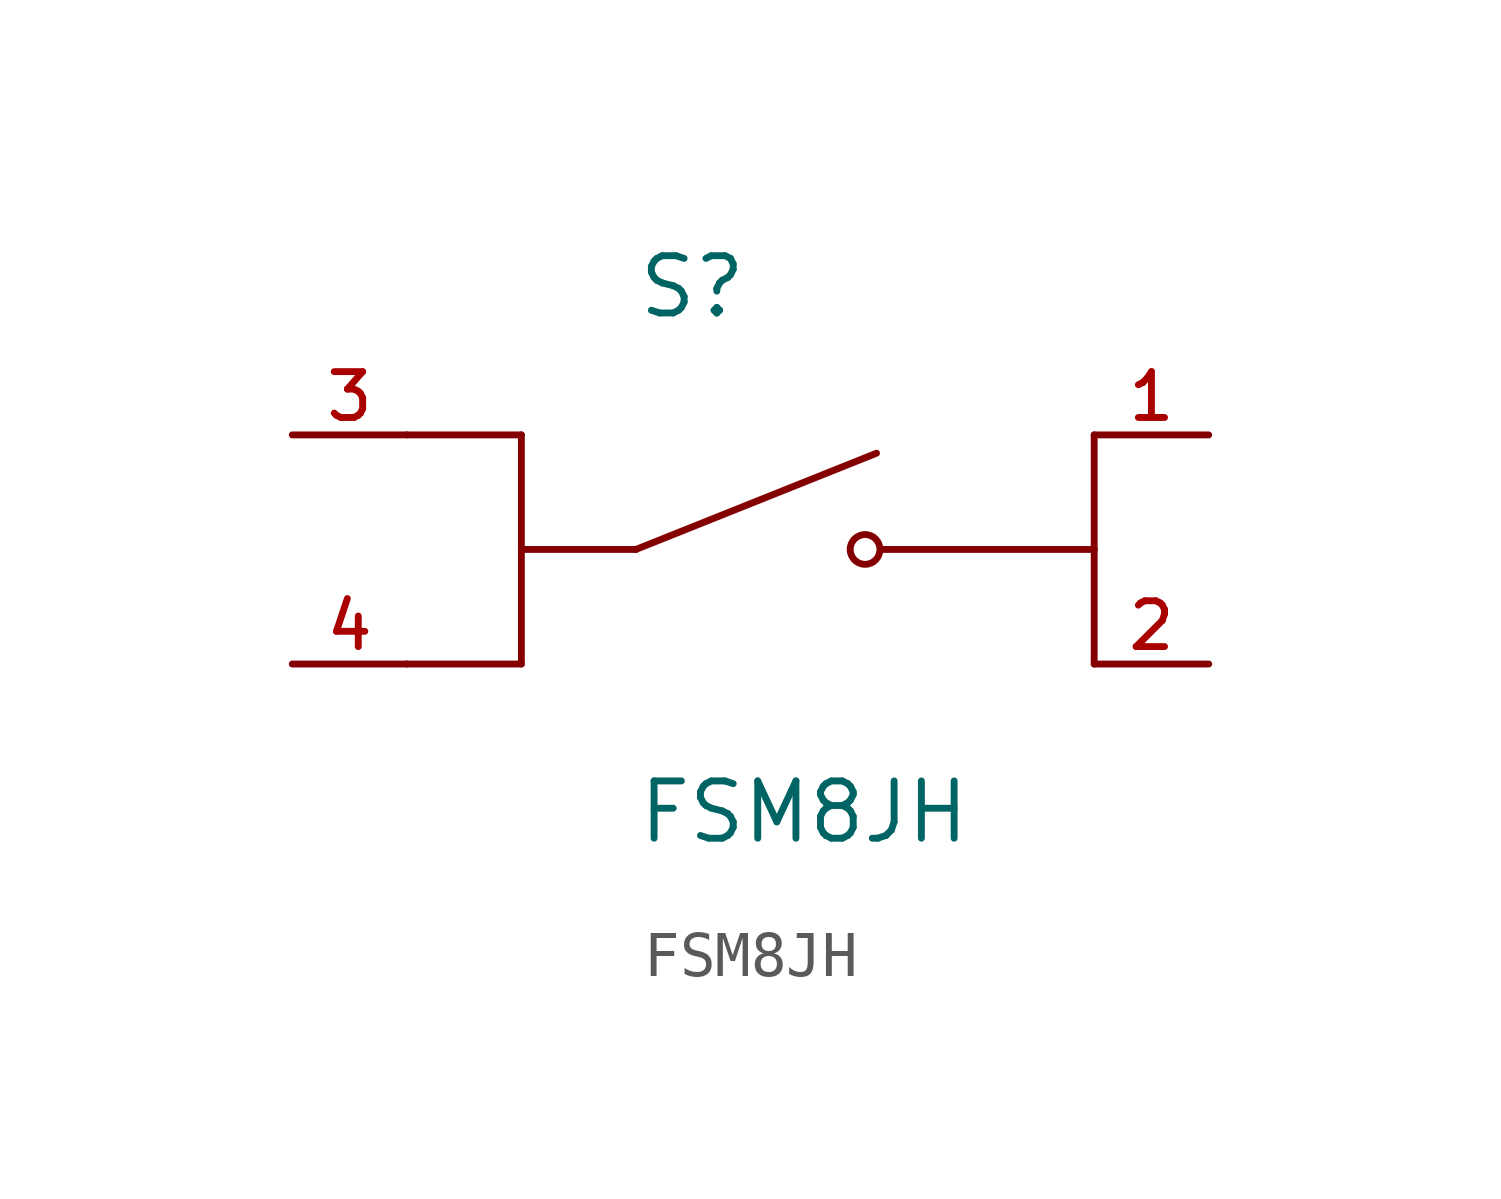
<source format=kicad_sym>
(kicad_symbol_lib
  (version 20211014)
  (generator kicad_symbol_editor)
  (symbol "FSM8JH"
    (pin_names
      (offset 1.016))
    (property "Reference" "S"
      (at -2.54 5.08 0)
      (effects (font (size 1.27 1.27)) (justify bottom left)))
    (property "Value" "FSM8JH"
      (at -2.54 -5.08 0)
      (effects (font (size 1.27 1.27)) (justify top left)))
    (symbol "FSM8JH_0_0"
      (polyline (pts (xy -2.54 0.0) (xy 2.794 2.134)) (stroke (width 0.152)))
      (circle (center 2.54 0.0) (radius 0.33) (stroke (width 0.152)) (fill (type none)))
      (polyline (pts (xy -2.54 0.0) (xy -5.08 0.0)) (stroke (width 0.152)))
      (polyline (pts (xy -7.62 2.54) (xy -5.08 2.54)) (stroke (width 0.152)))
      (polyline (pts (xy -5.08 2.54) (xy -5.08 -2.54)) (stroke (width 0.152)))
      (polyline (pts (xy -5.08 -2.54) (xy -7.62 -2.54)) (stroke (width 0.152)))
      (polyline (pts (xy 7.62 2.54) (xy 7.62 0.0)) (stroke (width 0.152)))
      (polyline (pts (xy 7.62 0.0) (xy 2.921 0.0)) (stroke (width 0.152)))
      (polyline (pts (xy 7.62 0.0) (xy 7.62 -2.54)) (stroke (width 0.152)))
      (pin passive line (at -10.16 2.54 0) (length 2.54) (name "~" (effects (font (size 1.016 1.016)))) (number "3" (effects (font (size 1.016 1.016)))))
      (pin passive line (at 10.16 2.54 180.0) (length 2.54) (name "~" (effects (font (size 1.016 1.016)))) (number "1" (effects (font (size 1.016 1.016)))))
      (pin passive line (at -10.16 -2.54 0) (length 2.54) (name "~" (effects (font (size 1.016 1.016)))) (number "4" (effects (font (size 1.016 1.016)))))
      (pin passive line (at 10.16 -2.54 180.0) (length 2.54) (name "~" (effects (font (size 1.016 1.016)))) (number "2" (effects (font (size 1.016 1.016))))))))
</source>
